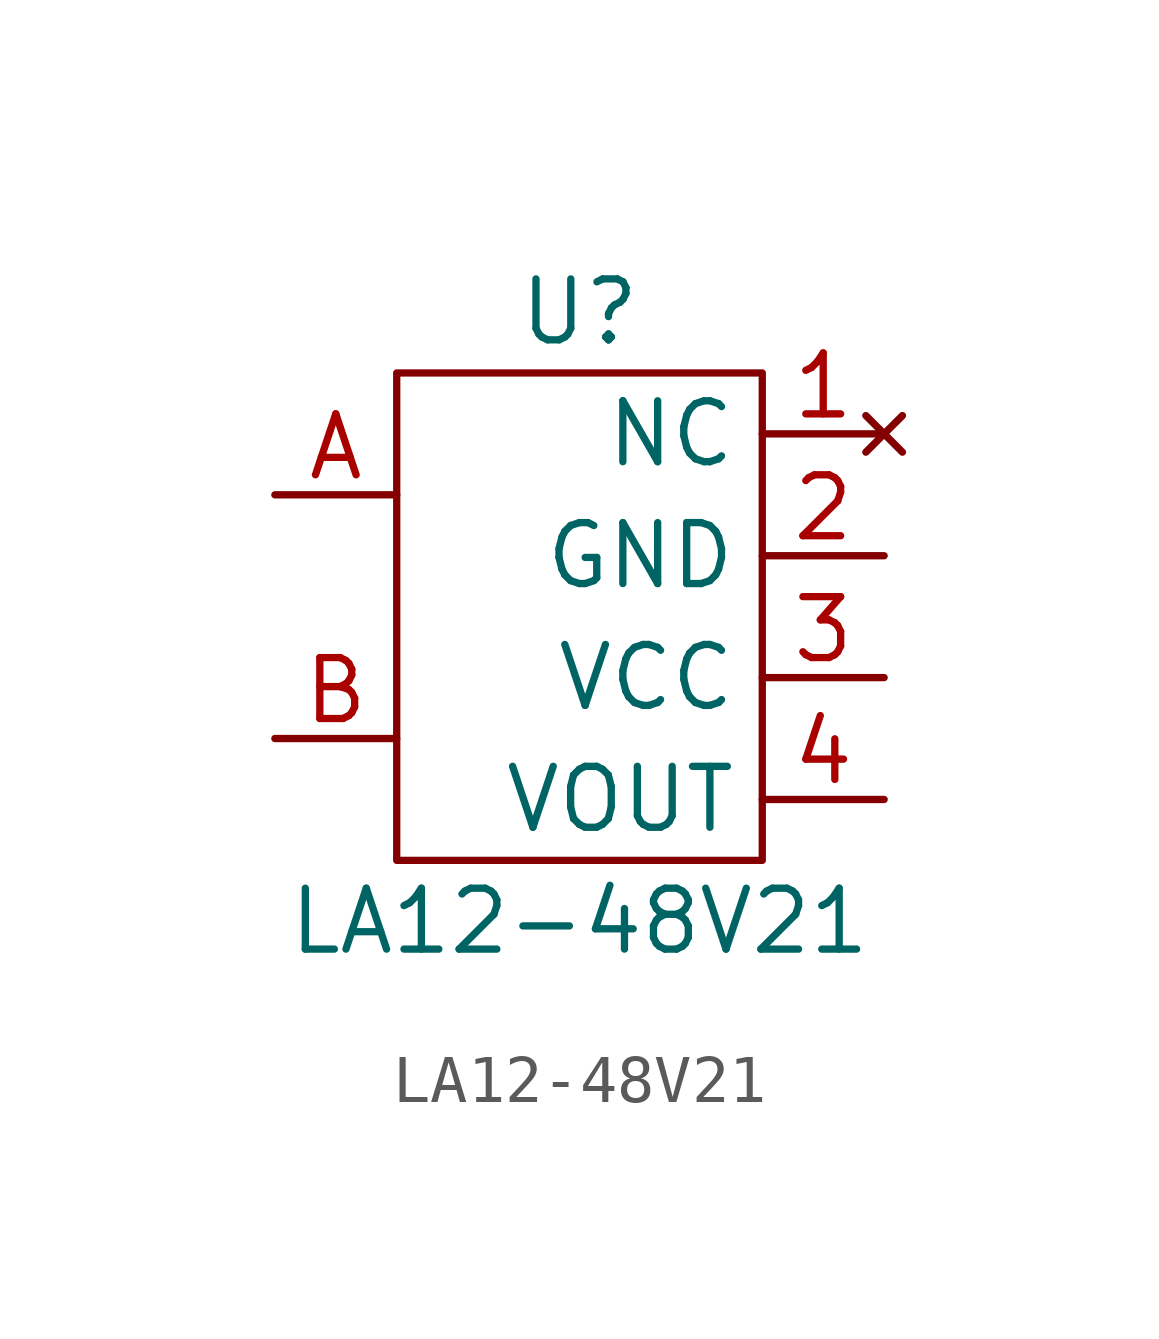
<source format=kicad_sym>
(kicad_symbol_lib
  (version 20211014)
  (generator kicad_symbol_editor)
  (symbol "LA12-48V21"
    (property "Reference" "U"
      (at 0 6.35 0)
      (effects (font (size 1.27 1.27))))
    (property "Value" "LA12-48V21"
      (at 0 -6.35 0)
      (effects (font (size 1.27 1.27))))
    (symbol "LA12-48V21_0_1"
      (rectangle (start -3.81 5.08) (end 3.81 -5.08) (stroke (width 0.152) (type default) (color 0 0 0 0)) (fill (type none))))
    (symbol "LA12-48V21_1_1"
      (pin no_connect line (at 6.35 3.81 180) (length 2.54) (name "NC" (effects (font (size 1.27 1.27)))) (number "1" (effects (font (size 1.27 1.27)))))
      (pin power_in line (at 6.35 1.27 180) (length 2.54) (name "GND" (effects (font (size 1.27 1.27)))) (number "2" (effects (font (size 1.27 1.27)))))
      (pin power_in line (at 6.35 -1.27 180) (length 2.54) (name "VCC" (effects (font (size 1.27 1.27)))) (number "3" (effects (font (size 1.27 1.27)))))
      (pin output line (at 6.35 -3.81 180) (length 2.54) (name "VOUT" (effects (font (size 1.27 1.27)))) (number "4" (effects (font (size 1.27 1.27)))))
      (pin input line (at -6.35 2.54 0) (length 2.54) (name "" (effects (font (size 1.27 1.27)))) (number "A" (effects (font (size 1.27 1.27)))))
      (pin input line (at -6.35 -2.54 0) (length 2.54) (name "" (effects (font (size 1.27 1.27)))) (number "B" (effects (font (size 1.27 1.27))))))))
</source>
